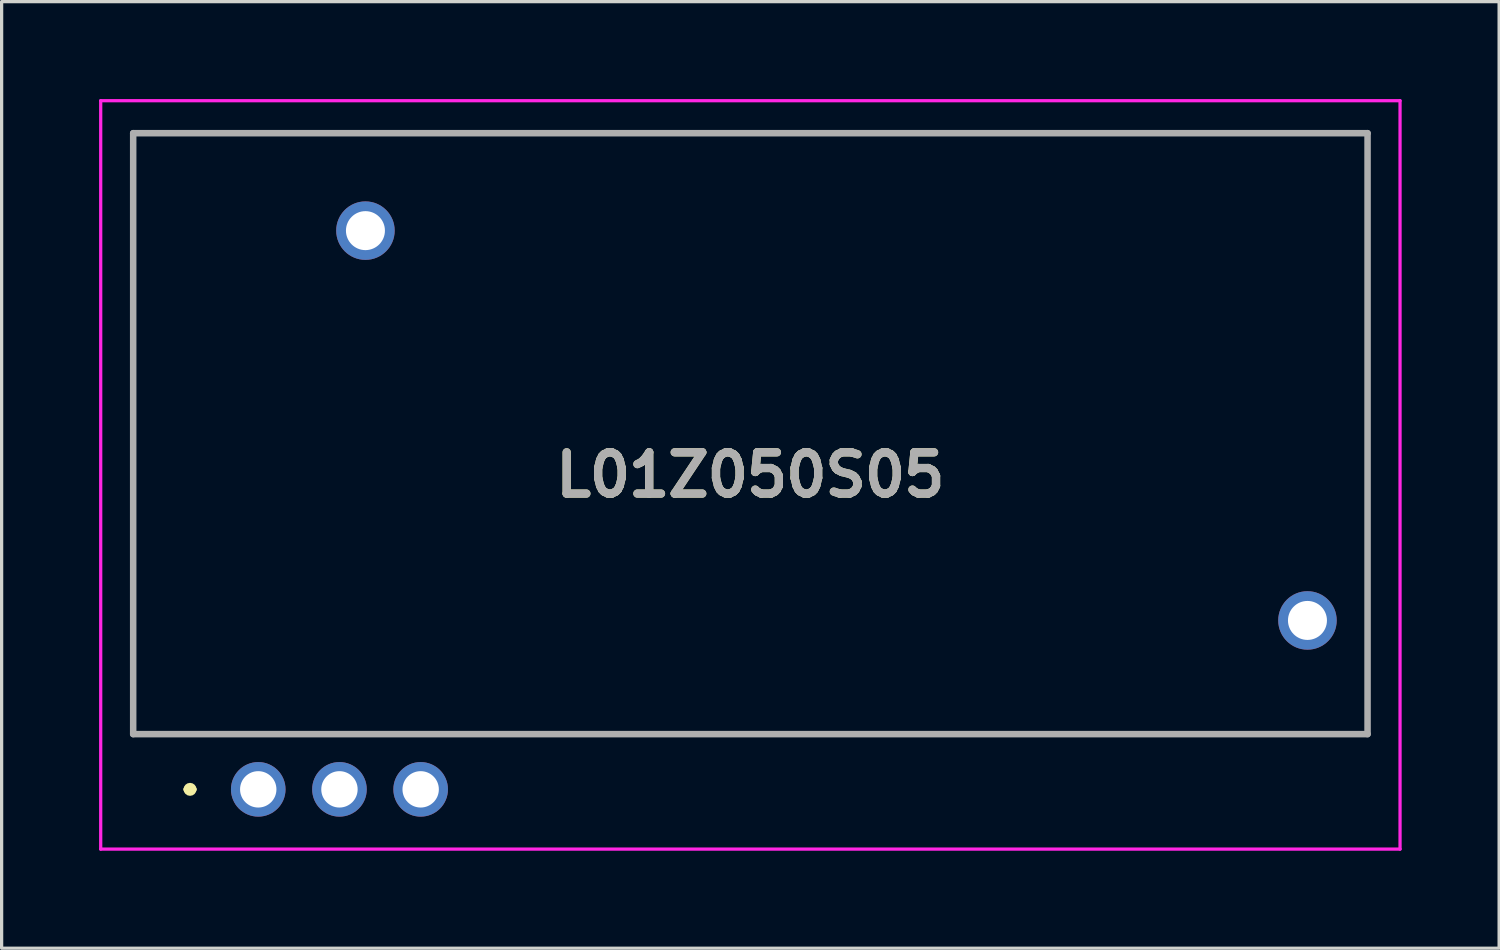
<source format=kicad_pcb>
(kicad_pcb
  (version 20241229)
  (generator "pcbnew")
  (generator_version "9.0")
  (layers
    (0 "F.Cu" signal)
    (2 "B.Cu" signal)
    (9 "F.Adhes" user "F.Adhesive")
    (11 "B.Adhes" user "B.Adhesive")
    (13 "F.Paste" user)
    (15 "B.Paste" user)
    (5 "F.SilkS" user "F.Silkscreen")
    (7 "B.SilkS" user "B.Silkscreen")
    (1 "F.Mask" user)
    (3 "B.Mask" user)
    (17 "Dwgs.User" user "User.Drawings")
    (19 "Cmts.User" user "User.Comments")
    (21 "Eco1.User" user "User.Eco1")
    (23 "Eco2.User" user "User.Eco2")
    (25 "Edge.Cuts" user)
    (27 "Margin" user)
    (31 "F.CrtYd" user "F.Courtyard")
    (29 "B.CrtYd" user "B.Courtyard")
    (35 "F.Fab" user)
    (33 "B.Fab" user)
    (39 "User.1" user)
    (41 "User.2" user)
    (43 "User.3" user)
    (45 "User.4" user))
  (footprint "L01Z050S05"
    (layer "F.Cu")
    (at 4.9 21.25)
    (property "Reference" "L01Z050S05" (at 15.15 -9.68 0) (layer "F.SilkS") (effects (font (size 1.27 1.27) (thickness 0.254))))
    (attr through_hole)
    (fp_line (start -3.85 -20.2) (end 34.15 -20.2) (stroke (width 0.1) (type solid)) (layer "F.SilkS"))
    (fp_line (start -3.85 -1.7) (end -3.85 -20.2) (stroke (width 0.1) (type solid)) (layer "F.SilkS"))
    (fp_line (start -2.2 0) (end -2.2 0) (stroke (width 0.2) (type solid)) (layer "F.SilkS"))
    (fp_line (start -2 0) (end -2 0) (stroke (width 0.2) (type solid)) (layer "F.SilkS"))
    (fp_line (start 34.15 -20.2) (end 34.15 -1.7) (stroke (width 0.1) (type solid)) (layer "F.SilkS"))
    (fp_line (start 34.15 -1.7) (end -3.85 -1.7) (stroke (width 0.1) (type solid)) (layer "F.SilkS"))
    (fp_arc (start -2.2 0) (mid -2.1 -0.1) (end -2 0) (stroke (width 0.2) (type solid)) (layer "F.SilkS"))
    (fp_arc (start -2 0) (mid -2.1 0.1) (end -2.2 0) (stroke (width 0.2) (type solid)) (layer "F.SilkS"))
    (fp_line (start -4.85 -21.2) (end 35.15 -21.2) (stroke (width 0.1) (type solid)) (layer "F.CrtYd"))
    (fp_line (start -4.85 1.84) (end -4.85 -21.2) (stroke (width 0.1) (type solid)) (layer "F.CrtYd"))
    (fp_line (start 35.15 -21.2) (end 35.15 1.84) (stroke (width 0.1) (type solid)) (layer "F.CrtYd"))
    (fp_line (start 35.15 1.84) (end -4.85 1.84) (stroke (width 0.1) (type solid)) (layer "F.CrtYd"))
    (fp_line (start -3.85 -20.2) (end 34.15 -20.2) (stroke (width 0.2) (type solid)) (layer "F.Fab"))
    (fp_line (start -3.85 -1.7) (end -3.85 -20.2) (stroke (width 0.2) (type solid)) (layer "F.Fab"))
    (fp_line (start 34.15 -20.2) (end 34.15 -1.7) (stroke (width 0.2) (type solid)) (layer "F.Fab"))
    (fp_line (start 34.15 -1.7) (end -3.85 -1.7) (stroke (width 0.2) (type solid)) (layer "F.Fab"))
    (fp_text user "${REFERENCE}" (at 15.15 -9.68 0) (layer "F.Fab") (effects (font (size 1.27 1.27) (thickness 0.254))))
    (pad "1" thru_hole circle (at 0 0) (size 1.68 1.68) (drill 1.12) (layers "*.Cu" "*.Mask"))
    (pad "2" thru_hole circle (at 2.5 0) (size 1.68 1.68) (drill 1.12) (layers "*.Cu" "*.Mask"))
    (pad "3" thru_hole circle (at 5 0) (size 1.68 1.68) (drill 1.12) (layers "*.Cu" "*.Mask"))
    (pad "MH1" thru_hole circle (at 3.3 -17.2) (size 1.8 1.8) (drill 1.2) (layers "*.Cu" "*.Mask"))
    (pad "MH2" thru_hole circle (at 32.3 -5.2) (size 1.8 1.8) (drill 1.2) (layers "*.Cu" "*.Mask")))
  (gr_rect
    (start -3 -3)
    (end 43.1 26.14)
    (stroke (width 0.1) (type default))
    (fill no)
    (layer "Edge.Cuts")))
</source>
